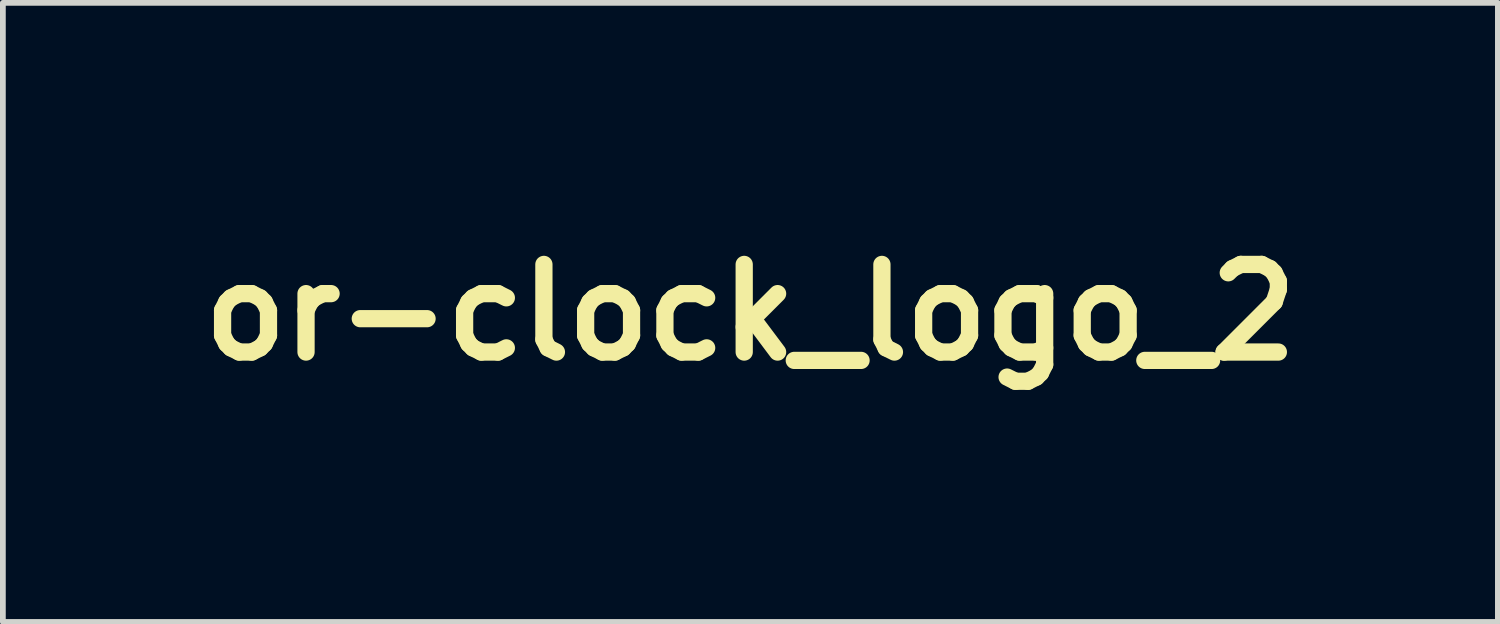
<source format=kicad_pcb>
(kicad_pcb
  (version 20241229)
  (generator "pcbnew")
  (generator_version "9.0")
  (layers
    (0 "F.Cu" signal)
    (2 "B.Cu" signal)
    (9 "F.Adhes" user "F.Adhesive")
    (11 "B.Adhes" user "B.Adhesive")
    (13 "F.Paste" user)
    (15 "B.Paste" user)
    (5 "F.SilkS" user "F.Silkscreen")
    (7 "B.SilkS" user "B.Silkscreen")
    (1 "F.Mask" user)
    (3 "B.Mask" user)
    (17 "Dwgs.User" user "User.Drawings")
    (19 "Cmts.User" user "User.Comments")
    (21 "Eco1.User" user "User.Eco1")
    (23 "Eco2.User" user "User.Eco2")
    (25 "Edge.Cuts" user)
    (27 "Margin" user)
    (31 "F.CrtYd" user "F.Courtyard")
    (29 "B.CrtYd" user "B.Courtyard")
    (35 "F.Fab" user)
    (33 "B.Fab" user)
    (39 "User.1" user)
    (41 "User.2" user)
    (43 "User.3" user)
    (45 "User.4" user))
  (footprint "or-clock_logo_2"
    (layer "F.Cu")
    (at 10.001 2.383)
    (property "Reference" "or-clock_logo_2" (at 0 0 0) (layer "F.SilkS") (effects (font (size 1.524 1.524) (thickness 0.3))))
    (attr through_hole)
    (fp_poly (pts (xy 1.828 1.862) (xy 1.21 1.862) (xy 1.21 -1.854) (xy 1.828 -1.854) (xy 1.828 1.862)) (stroke (width 0.01) (type solid)) (fill yes) (layer "F.Mask"))
    (fp_poly (pts (xy -4.965 -1.069) (xy -4.807 -0.741) (xy -4.808 -0.453) (xy -4.966 -0.235) (xy -5.125 -0.017) (xy -5.446 -0.019) (xy -5.523 -0.019) (xy -5.599 -0.02) (xy -5.671 -0.02) (xy -5.736 -0.021) (xy -5.791 -0.022) (xy -5.835 -0.023) (xy -5.863 -0.023) (xy -5.959 -0.026) (xy -5.959 -1.397) (xy -5.124 -1.397) (xy -4.965 -1.069)) (stroke (width 0.01) (type solid)) (fill yes) (layer "F.Mask"))
    (fp_poly (pts (xy -2.074 0.542) (xy -2.692 0.542) (xy -2.814 0.542) (xy -2.919 0.541) (xy -3.01 0.541) (xy -3.087 0.541) (xy -3.151 0.54) (xy -3.203 0.539) (xy -3.243 0.538) (xy -3.274 0.537) (xy -3.295 0.535) (xy -3.308 0.534) (xy -3.314 0.532) (xy -3.314 0.531) (xy -3.315 0.52) (xy -3.316 0.495) (xy -3.316 0.456) (xy -3.316 0.407) (xy -3.316 0.348) (xy -3.316 0.283) (xy -3.316 0.22) (xy -3.314 -0.08) (xy -2.074 -0.085) (xy -2.074 0.542)) (stroke (width 0.01) (type solid)) (fill yes) (layer "F.Mask"))
    (fp_poly (pts (xy 4.475 -0.637) (xy 4.697 -0.233) (xy 4.697 0.415) (xy 4.697 1.062) (xy 4.18 1.913) (xy 2.888 1.913) (xy 2.646 1.504) (xy 2.404 1.096) (xy 2.404 -0.066) (xy 3.022 -0.066) (xy 3.022 0.923) (xy 3.103 1.06) (xy 3.131 1.107) (xy 3.158 1.153) (xy 3.183 1.195) (xy 3.203 1.227) (xy 3.214 1.246) (xy 3.243 1.295) (xy 3.83 1.295) (xy 3.955 1.09) (xy 4.08 0.885) (xy 4.079 0.407) (xy 4.079 -0.072) (xy 3.983 -0.245) (xy 3.888 -0.419) (xy 3.238 -0.419) (xy 3.022 -0.066) (xy 2.404 -0.066) (xy 2.404 -0.243) (xy 2.647 -0.642) (xy 2.89 -1.041) (xy 4.253 -1.041) (xy 4.475 -0.637)) (stroke (width 0.01) (type solid)) (fill yes) (layer "F.Mask"))
    (fp_poly (pts (xy -7.639 -1.091) (xy -7.414 -0.753) (xy -7.414 0.752) (xy -7.639 1.091) (xy -7.864 1.43) (xy -8.599 1.43) (xy -8.824 1.094) (xy -9.048 0.758) (xy -9.048 0.61) (xy -8.532 0.61) (xy -8.437 0.751) (xy -8.408 0.796) (xy -8.381 0.836) (xy -8.358 0.869) (xy -8.34 0.894) (xy -8.331 0.907) (xy -8.33 0.908) (xy -8.322 0.915) (xy -8.31 0.919) (xy -8.29 0.921) (xy -8.259 0.921) (xy -8.227 0.921) (xy -8.138 0.918) (xy -7.931 0.605) (xy -7.931 0) (xy -7.931 -0.605) (xy -8.034 -0.762) (xy -8.138 -0.918) (xy -8.324 -0.918) (xy -8.531 -0.614) (xy -8.532 0.61) (xy -9.048 0.61) (xy -9.048 -0.758) (xy -8.824 -1.094) (xy -8.599 -1.43) (xy -7.865 -1.43) (xy -7.639 -1.091)) (stroke (width 0.01) (type solid)) (fill yes) (layer "F.Mask"))
    (fp_poly (pts (xy -4.542 -2.374) (xy -4.201 -1.667) (xy -3.86 -0.961) (xy -3.86 0.709) (xy -3.86 2.378) (xy -6.485 2.378) (xy -9.111 2.378) (xy -9.554 1.711) (xy -9.996 1.044) (xy -9.996 -0.883) (xy -9.488 -0.883) (xy -9.488 0.001) (xy -9.488 0.884) (xy -9.161 1.377) (xy -8.834 1.871) (xy -7.63 1.87) (xy -7.608 1.837) (xy -6.399 1.837) (xy -5.959 1.837) (xy -5.959 0.415) (xy -5.626 0.416) (xy -5.547 0.416) (xy -5.468 0.417) (xy -5.392 0.418) (xy -5.322 0.419) (xy -5.26 0.42) (xy -5.21 0.421) (xy -5.175 0.422) (xy -5.055 0.427) (xy -4.875 0.638) (xy -4.875 1.904) (xy -4.435 1.904) (xy -4.435 0.478) (xy -4.567 0.326) (xy -4.604 0.282) (xy -4.638 0.243) (xy -4.666 0.21) (xy -4.687 0.184) (xy -4.7 0.168) (xy -4.703 0.163) (xy -4.699 0.154) (xy -4.687 0.133) (xy -4.666 0.102) (xy -4.639 0.062) (xy -4.606 0.015) (xy -4.569 -0.038) (xy -4.537 -0.082) (xy -4.367 -0.317) (xy -4.367 -0.836) (xy -4.607 -1.334) (xy -4.848 -1.832) (xy -5.623 -1.835) (xy -6.399 -1.837) (xy -6.399 1.837) (xy -7.608 1.837) (xy -6.983 0.894) (xy -6.983 -0.894) (xy -7.306 -1.382) (xy -7.63 -1.87) (xy -8.232 -1.87) (xy -8.834 -1.871) (xy -9.161 -1.377) (xy -9.488 -0.883) (xy -9.996 -0.883) (xy -9.996 -1.044) (xy -9.554 -1.711) (xy -9.111 -2.378) (xy -4.542 -2.374)) (stroke (width 0.01) (type solid)) (fill yes) (layer "F.Mask"))
    (fp_poly (pts (xy 0.413 -0.857) (xy 0.441 -0.792) (xy 0.472 -0.717) (xy 0.505 -0.638) (xy 0.538 -0.56) (xy 0.568 -0.489) (xy 0.574 -0.474) (xy 0.601 -0.41) (xy 0.621 -0.36) (xy 0.635 -0.322) (xy 0.644 -0.295) (xy 0.648 -0.279) (xy 0.648 -0.27) (xy 0.646 -0.268) (xy 0.635 -0.263) (xy 0.61 -0.252) (xy 0.575 -0.237) (xy 0.53 -0.218) (xy 0.48 -0.197) (xy 0.425 -0.174) (xy 0.367 -0.15) (xy 0.31 -0.126) (xy 0.256 -0.104) (xy 0.206 -0.083) (xy 0.162 -0.066) (xy 0.128 -0.052) (xy 0.105 -0.043) (xy 0.095 -0.039) (xy 0.088 -0.047) (xy 0.076 -0.068) (xy 0.059 -0.104) (xy 0.038 -0.151) (xy 0.013 -0.209) (xy 0.004 -0.229) (xy -0.075 -0.419) (xy -0.387 -0.421) (xy -0.698 -0.423) (xy -0.806 -0.246) (xy -0.914 -0.069) (xy -0.914 0.429) (xy -0.914 0.927) (xy -0.806 1.109) (xy -0.697 1.291) (xy -0.13 1.295) (xy -0.018 1.067) (xy 0.094 0.839) (xy 0.294 0.937) (xy 0.353 0.965) (xy 0.412 0.994) (xy 0.467 1.021) (xy 0.515 1.044) (xy 0.554 1.062) (xy 0.573 1.072) (xy 0.651 1.109) (xy 0.555 1.305) (xy 0.523 1.373) (xy 0.485 1.45) (xy 0.446 1.531) (xy 0.407 1.611) (xy 0.371 1.684) (xy 0.36 1.708) (xy 0.26 1.913) (xy -1.049 1.913) (xy -1.186 1.682) (xy -1.227 1.614) (xy -1.271 1.539) (xy -1.316 1.463) (xy -1.36 1.389) (xy -1.4 1.322) (xy -1.432 1.268) (xy -1.54 1.085) (xy -1.54 -0.233) (xy -1.294 -0.637) (xy -1.047 -1.041) (xy 0.336 -1.041) (xy 0.413 -0.857)) (stroke (width 0.01) (type solid)) (fill yes) (layer "F.Mask"))
    (fp_poly (pts (xy 7.247 -0.659) (xy 7.279 -0.583) (xy 7.308 -0.512) (xy 7.334 -0.447) (xy 7.356 -0.39) (xy 7.375 -0.342) (xy 7.389 -0.306) (xy 7.397 -0.281) (xy 7.4 -0.271) (xy 7.4 -0.27) (xy 7.391 -0.266) (xy 7.368 -0.256) (xy 7.335 -0.241) (xy 7.292 -0.223) (xy 7.243 -0.202) (xy 7.188 -0.179) (xy 7.131 -0.156) (xy 7.074 -0.132) (xy 7.018 -0.109) (xy 6.966 -0.087) (xy 6.92 -0.068) (xy 6.882 -0.053) (xy 6.854 -0.042) (xy 6.838 -0.036) (xy 6.835 -0.036) (xy 6.831 -0.044) (xy 6.822 -0.065) (xy 6.808 -0.098) (xy 6.791 -0.141) (xy 6.77 -0.19) (xy 6.754 -0.231) (xy 6.674 -0.423) (xy 6.361 -0.421) (xy 6.049 -0.419) (xy 5.94 -0.241) (xy 5.832 -0.063) (xy 5.832 0.428) (xy 5.832 0.919) (xy 5.943 1.107) (xy 6.054 1.295) (xy 6.625 1.295) (xy 6.643 1.255) (xy 6.651 1.236) (xy 6.666 1.204) (xy 6.686 1.163) (xy 6.709 1.115) (xy 6.735 1.062) (xy 6.752 1.027) (xy 6.844 0.839) (xy 7.114 0.97) (xy 7.177 1.001) (xy 7.235 1.029) (xy 7.287 1.055) (xy 7.33 1.076) (xy 7.363 1.093) (xy 7.384 1.104) (xy 7.392 1.108) (xy 7.389 1.117) (xy 7.38 1.139) (xy 7.365 1.174) (xy 7.345 1.22) (xy 7.319 1.275) (xy 7.289 1.338) (xy 7.256 1.408) (xy 7.22 1.483) (xy 7.205 1.514) (xy 7.012 1.912) (xy 6.356 1.912) (xy 5.7 1.913) (xy 5.457 1.503) (xy 5.214 1.093) (xy 5.214 0.426) (xy 5.214 -0.241) (xy 5.7 -1.04) (xy 7.088 -1.041) (xy 7.247 -0.659)) (stroke (width 0.01) (type solid)) (fill yes) (layer "F.Mask"))
    (fp_poly (pts (xy 8.191 -1.852) (xy 8.502 -1.849) (xy 8.506 -0.871) (xy 8.51 0.107) (xy 8.959 -0.526) (xy 9.024 -0.618) (xy 9.087 -0.706) (xy 9.146 -0.79) (xy 9.201 -0.867) (xy 9.252 -0.937) (xy 9.297 -0.999) (xy 9.335 -1.052) (xy 9.367 -1.096) (xy 9.391 -1.128) (xy 9.407 -1.149) (xy 9.414 -1.157) (xy 9.414 -1.157) (xy 9.423 -1.152) (xy 9.444 -1.138) (xy 9.474 -1.117) (xy 9.512 -1.09) (xy 9.557 -1.059) (xy 9.605 -1.025) (xy 9.655 -0.989) (xy 9.706 -0.953) (xy 9.755 -0.918) (xy 9.8 -0.885) (xy 9.841 -0.856) (xy 9.873 -0.832) (xy 9.897 -0.814) (xy 9.91 -0.804) (xy 9.911 -0.803) (xy 9.906 -0.795) (xy 9.892 -0.775) (xy 9.87 -0.743) (xy 9.841 -0.7) (xy 9.804 -0.648) (xy 9.762 -0.587) (xy 9.714 -0.519) (xy 9.662 -0.445) (xy 9.605 -0.366) (xy 9.546 -0.282) (xy 9.538 -0.27) (xy 9.478 -0.186) (xy 9.421 -0.105) (xy 9.368 -0.03) (xy 9.319 0.04) (xy 9.275 0.102) (xy 9.238 0.156) (xy 9.206 0.201) (xy 9.183 0.236) (xy 9.167 0.259) (xy 9.161 0.27) (xy 9.161 0.27) (xy 9.164 0.279) (xy 9.176 0.302) (xy 9.195 0.337) (xy 9.221 0.384) (xy 9.253 0.441) (xy 9.291 0.508) (xy 9.334 0.584) (xy 9.382 0.667) (xy 9.433 0.756) (xy 9.488 0.851) (xy 9.546 0.951) (xy 9.576 1.002) (xy 9.635 1.104) (xy 9.692 1.201) (xy 9.745 1.293) (xy 9.795 1.378) (xy 9.84 1.457) (xy 9.881 1.527) (xy 9.916 1.588) (xy 9.946 1.639) (xy 9.969 1.679) (xy 9.984 1.707) (xy 9.992 1.721) (xy 9.993 1.723) (xy 9.985 1.728) (xy 9.965 1.74) (xy 9.934 1.759) (xy 9.894 1.782) (xy 9.847 1.809) (xy 9.797 1.839) (xy 9.743 1.87) (xy 9.689 1.901) (xy 9.637 1.931) (xy 9.588 1.959) (xy 9.545 1.984) (xy 9.51 2.004) (xy 9.484 2.019) (xy 9.47 2.027) (xy 9.468 2.028) (xy 9.462 2.021) (xy 9.449 2.001) (xy 9.427 1.967) (xy 9.399 1.921) (xy 9.364 1.863) (xy 9.322 1.794) (xy 9.276 1.715) (xy 9.223 1.627) (xy 9.166 1.53) (xy 9.108 1.43) (xy 8.758 0.829) (xy 8.632 1.007) (xy 8.506 1.184) (xy 8.506 1.862) (xy 7.88 1.862) (xy 7.88 -1.854) (xy 8.191 -1.852)) (stroke (width 0.01) (type solid)) (fill yes) (layer "F.Mask")))
  (gr_rect
    (start -3 -3)
    (end 22.999 7.766)
    (stroke (width 0.1) (type default))
    (fill no)
    (layer "Edge.Cuts")))
</source>
